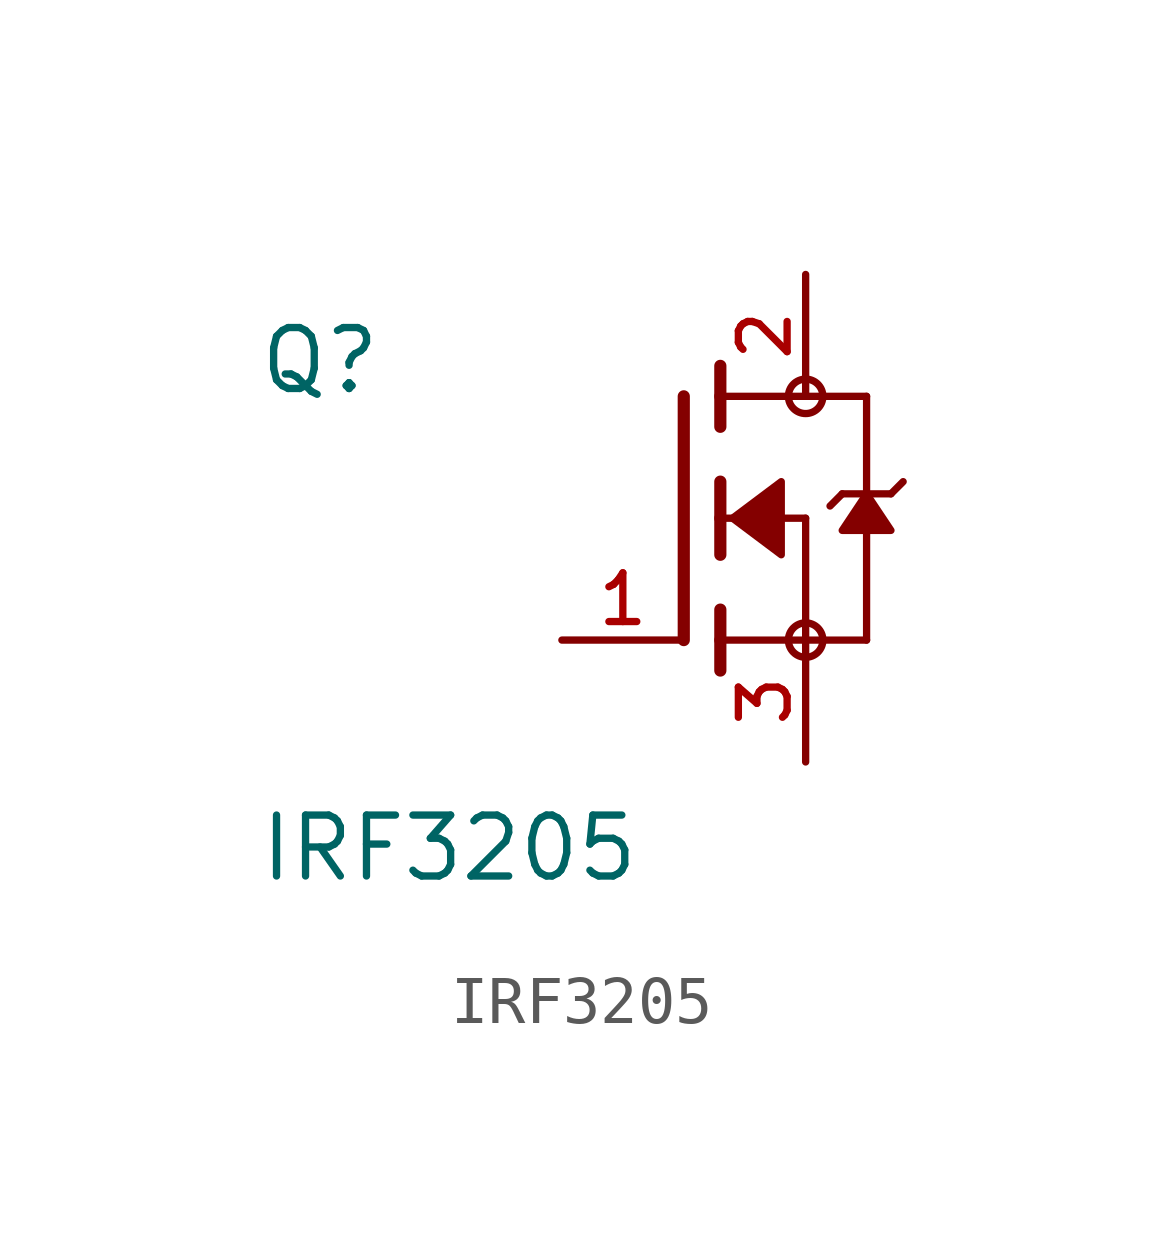
<source format=kicad_sym>
(kicad_symbol_lib
  (version 20211014)
  (generator kicad_symbol_editor)
  (symbol "IRF3205"
    (pin_names
      (offset 1.016))
    (property "Reference" "Q"
      (at -8.89 2.54 0)
      (effects (font (size 1.27 1.27)) (justify bottom left)))
    (property "Value" "IRF3205"
      (at -8.89 -7.62 0)
      (effects (font (size 1.27 1.27)) (justify bottom left)))
    (symbol "IRF3205_0_0"
      (polyline (pts (xy 0.762 0.762) (xy 0.762 0.0)) (stroke (width 0.254)))
      (polyline (pts (xy 0.762 0.0) (xy 0.762 -0.762)) (stroke (width 0.254)))
      (polyline (pts (xy 0.762 3.175) (xy 0.762 2.54)) (stroke (width 0.254)))
      (polyline (pts (xy 0.762 2.54) (xy 0.762 1.905)) (stroke (width 0.254)))
      (polyline (pts (xy 0.762 0.0) (xy 2.54 0.0)) (stroke (width 0.152)))
      (polyline (pts (xy 2.54 0.0) (xy 2.54 -2.54)) (stroke (width 0.152)))
      (polyline (pts (xy 0.762 -1.905) (xy 0.762 -2.54)) (stroke (width 0.254)))
      (polyline (pts (xy 0.762 -2.54) (xy 0.762 -3.175)) (stroke (width 0.254)))
      (polyline (pts (xy 0.0 2.54) (xy 0.0 -2.54)) (stroke (width 0.254)))
      (polyline (pts (xy 2.54 -2.54) (xy 0.762 -2.54)) (stroke (width 0.152)))
      (polyline (pts (xy 3.81 2.54) (xy 3.81 0.508)) (stroke (width 0.152)))
      (polyline (pts (xy 3.81 0.508) (xy 3.81 -2.54)) (stroke (width 0.152)))
      (polyline (pts (xy 2.54 -2.54) (xy 3.81 -2.54)) (stroke (width 0.152)))
      (polyline (pts (xy 0.762 2.54) (xy 3.81 2.54)) (stroke (width 0.152)))
      (polyline (pts (xy 4.572 0.762) (xy 4.318 0.508)) (stroke (width 0.152)))
      (polyline (pts (xy 4.318 0.508) (xy 3.81 0.508)) (stroke (width 0.152)))
      (polyline (pts (xy 3.81 0.508) (xy 3.302 0.508)) (stroke (width 0.152)))
      (polyline (pts (xy 3.302 0.508) (xy 3.048 0.254)) (stroke (width 0.152)))
      (circle (center 2.54 -2.54) (radius 0.359) (stroke (width 0.0)) (fill (type none)))
      (circle (center 2.54 2.54) (radius 0.359) (stroke (width 0.0)) (fill (type none)))
      (polyline (pts (xy 3.81 0.508) (xy 3.302 -0.254) (xy 4.318 -0.254) (xy 3.81 0.508)) (stroke (width 0.152)) (fill (type outline)))
      (polyline (pts (xy 1.016 0.0) (xy 2.032 0.762) (xy 2.032 -0.762) (xy 1.016 0.0)) (stroke (width 0.152)) (fill (type outline)))
      (pin passive line (at 2.54 -5.08 90.0) (length 2.54) (name "~" (effects (font (size 1.016 1.016)))) (number "3" (effects (font (size 1.016 1.016)))))
      (pin passive line (at -2.54 -2.54 0) (length 2.54) (name "~" (effects (font (size 1.016 1.016)))) (number "1" (effects (font (size 1.016 1.016)))))
      (pin passive line (at 2.54 5.08 270.0) (length 2.54) (name "~" (effects (font (size 1.016 1.016)))) (number "2" (effects (font (size 1.016 1.016))))))))
</source>
